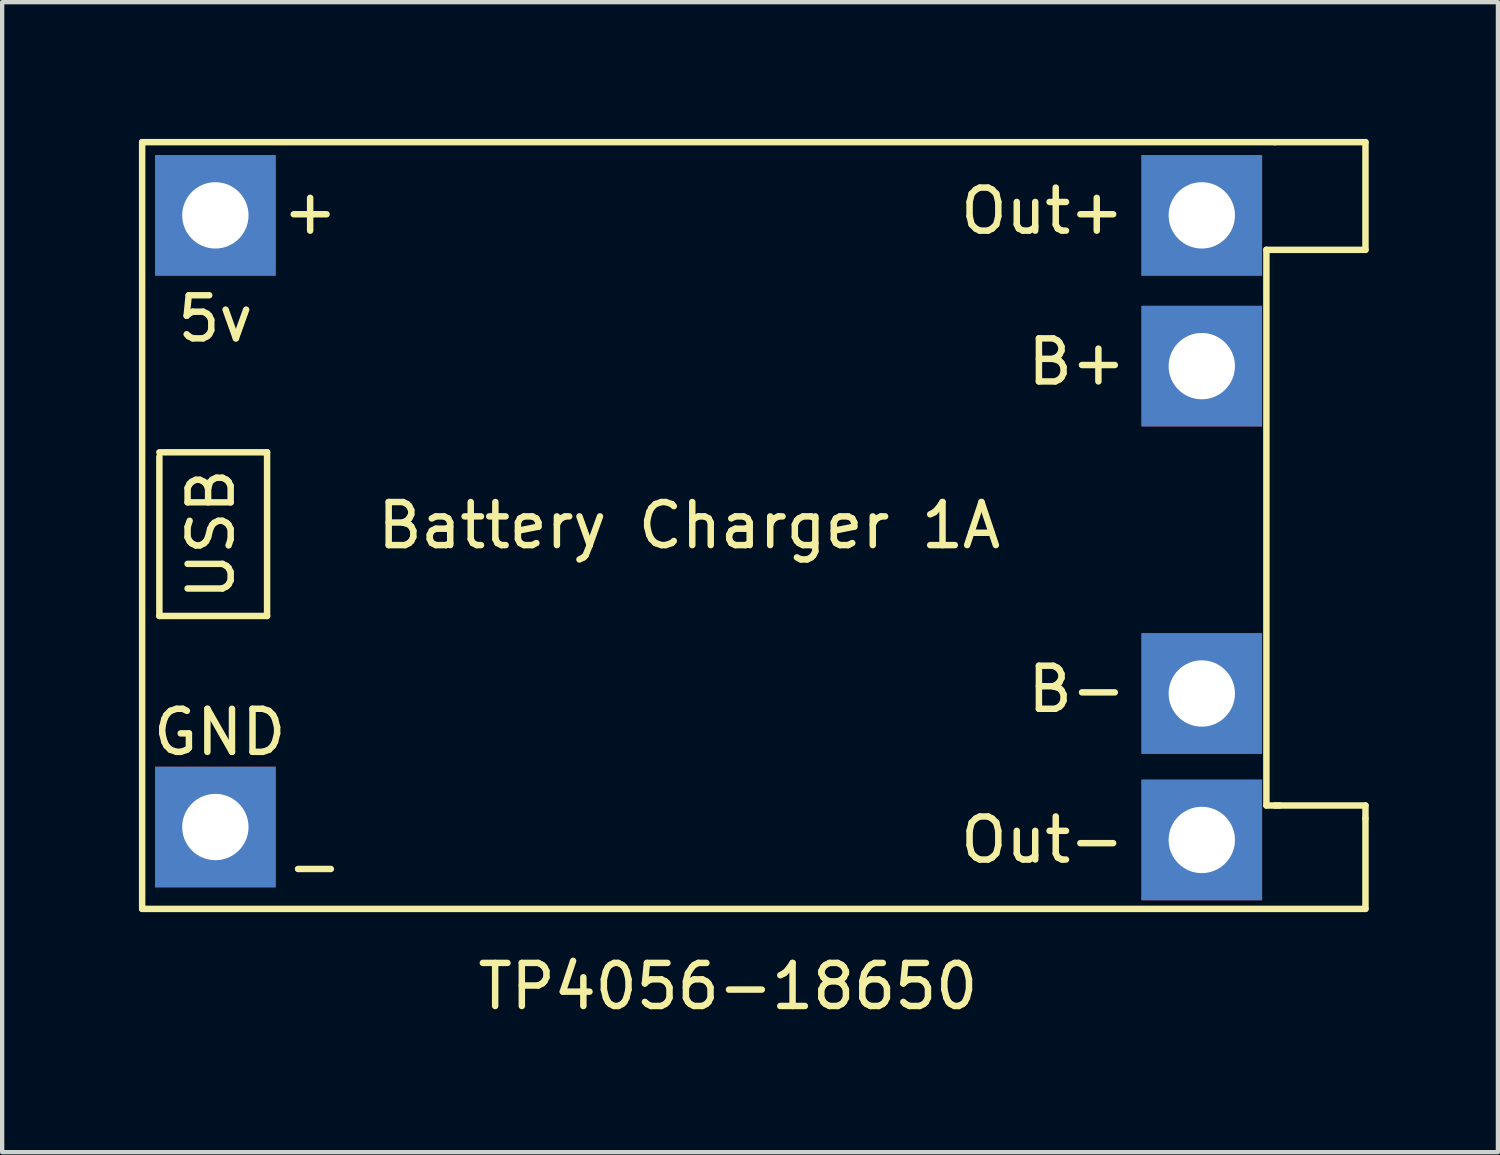
<source format=kicad_pcb>
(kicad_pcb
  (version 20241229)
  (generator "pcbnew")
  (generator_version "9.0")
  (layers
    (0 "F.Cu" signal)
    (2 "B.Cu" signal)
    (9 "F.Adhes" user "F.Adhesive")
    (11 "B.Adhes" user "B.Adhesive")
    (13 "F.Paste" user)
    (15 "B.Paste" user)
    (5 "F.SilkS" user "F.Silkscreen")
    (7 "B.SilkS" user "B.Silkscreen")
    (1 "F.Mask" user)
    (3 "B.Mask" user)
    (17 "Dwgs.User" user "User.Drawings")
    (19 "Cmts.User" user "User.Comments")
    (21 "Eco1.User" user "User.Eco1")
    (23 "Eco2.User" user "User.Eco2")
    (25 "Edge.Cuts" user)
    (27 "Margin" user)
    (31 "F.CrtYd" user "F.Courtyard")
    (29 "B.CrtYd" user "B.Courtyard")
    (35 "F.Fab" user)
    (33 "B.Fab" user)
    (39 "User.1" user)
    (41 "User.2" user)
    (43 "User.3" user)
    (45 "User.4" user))
  (footprint "TP4056-18650"
    (layer "F.Cu")
    (at 0.25 0.25)
    (property "Reference" "TP4056-18650" (at 13.6 19.6 0) (layer "F.SilkS") (effects (font (size 1 1) (thickness 0.15))))
    (attr through_hole)
    (fp_line (start 0 0) (end 26.3 0) (stroke (width 0.15) (type solid)) (layer "F.SilkS"))
    (fp_line (start 0 17.8) (end 0 0) (stroke (width 0.15) (type solid)) (layer "F.SilkS"))
    (fp_line (start 0.4 7.2) (end 2.9 7.2) (stroke (width 0.15) (type solid)) (layer "F.SilkS"))
    (fp_line (start 0.4 11) (end 0.4 7.3) (stroke (width 0.15) (type solid)) (layer "F.SilkS"))
    (fp_line (start 2.9 7.2) (end 2.9 11) (stroke (width 0.15) (type solid)) (layer "F.SilkS"))
    (fp_line (start 2.9 11) (end 0.4 11) (stroke (width 0.15) (type solid)) (layer "F.SilkS"))
    (fp_line (start 26.1 2.5) (end 26.1 15.4) (stroke (width 0.15) (type solid)) (layer "F.SilkS"))
    (fp_line (start 26.1 15.4) (end 26.4 15.4) (stroke (width 0.15) (type solid)) (layer "F.SilkS"))
    (fp_line (start 26.3 0) (end 28.4 0) (stroke (width 0.15) (type solid)) (layer "F.SilkS"))
    (fp_line (start 26.3 15.4) (end 28.4 15.4) (stroke (width 0.15) (type solid)) (layer "F.SilkS"))
    (fp_line (start 28.4 0) (end 28.4 2.5) (stroke (width 0.15) (type solid)) (layer "F.SilkS"))
    (fp_line (start 28.4 2.5) (end 26.1 2.5) (stroke (width 0.15) (type solid)) (layer "F.SilkS"))
    (fp_line (start 28.4 15.4) (end 28.4 15.7) (stroke (width 0.15) (type solid)) (layer "F.SilkS"))
    (fp_line (start 28.4 15.7) (end 28.4 17.8) (stroke (width 0.15) (type solid)) (layer "F.SilkS"))
    (fp_line (start 28.4 17.8) (end 0 17.8) (stroke (width 0.15) (type solid)) (layer "F.SilkS"))
    (fp_text user "Out-" (at 20.9 16.2 0) (layer "F.SilkS") (effects (font (size 1 1) (thickness 0.15))))
    (fp_text user "USB" (at 1.6 9.1 90) (layer "F.SilkS") (effects (font (size 1 1) (thickness 0.15))))
    (fp_text user "-" (at 4 16.8 0) (layer "F.SilkS") (effects (font (size 1 1) (thickness 0.15))))
    (fp_text user "B-" (at 21.7 12.7 0) (layer "F.SilkS") (effects (font (size 1 1) (thickness 0.15))))
    (fp_text user "+" (at 3.9 1.6 0) (layer "F.SilkS") (effects (font (size 1 1) (thickness 0.15))))
    (fp_text user "GND" (at 1.8 13.7 0) (layer "F.SilkS") (effects (font (size 1 1) (thickness 0.15))))
    (fp_text user "Out+" (at 20.9 1.6 0) (layer "F.SilkS") (effects (font (size 1 1) (thickness 0.15))))
    (fp_text user "B+" (at 21.7 5.1 0) (layer "F.SilkS") (effects (font (size 1 1) (thickness 0.15))))
    (fp_text user "Battery Charger 1A" (at 12.7 8.9 0) (layer "F.SilkS") (effects (font (size 1 1) (thickness 0.15))))
    (fp_text user "5v" (at 1.7 4.1 0) (layer "F.SilkS") (effects (font (size 1 1) (thickness 0.15))))
    (pad "1" thru_hole rect (at 24.6 1.7) (size 2.8 2.8) (drill 1.54) (layers "*.Cu" "*.Mask"))
    (pad "2" thru_hole rect (at 24.6 5.2) (size 2.8 2.8) (drill 1.54) (layers "*.Cu" "*.Mask"))
    (pad "3" thru_hole rect (at 24.6 12.8) (size 2.8 2.8) (drill 1.54) (layers "*.Cu" "*.Mask"))
    (pad "4" thru_hole rect (at 24.6 16.2) (size 2.8 2.8) (drill 1.54) (layers "*.Cu" "*.Mask"))
    (pad "5" thru_hole rect (at 1.7 1.7) (size 2.8 2.8) (drill 1.54) (layers "*.Cu" "*.Mask"))
    (pad "6" thru_hole rect (at 1.7 15.9) (size 2.8 2.8) (drill 1.54) (layers "*.Cu" "*.Mask")))
  (gr_rect
    (start -3 -3)
    (end 31.725 23.698)
    (stroke (width 0.1) (type default))
    (fill no)
    (layer "Edge.Cuts")))
</source>
